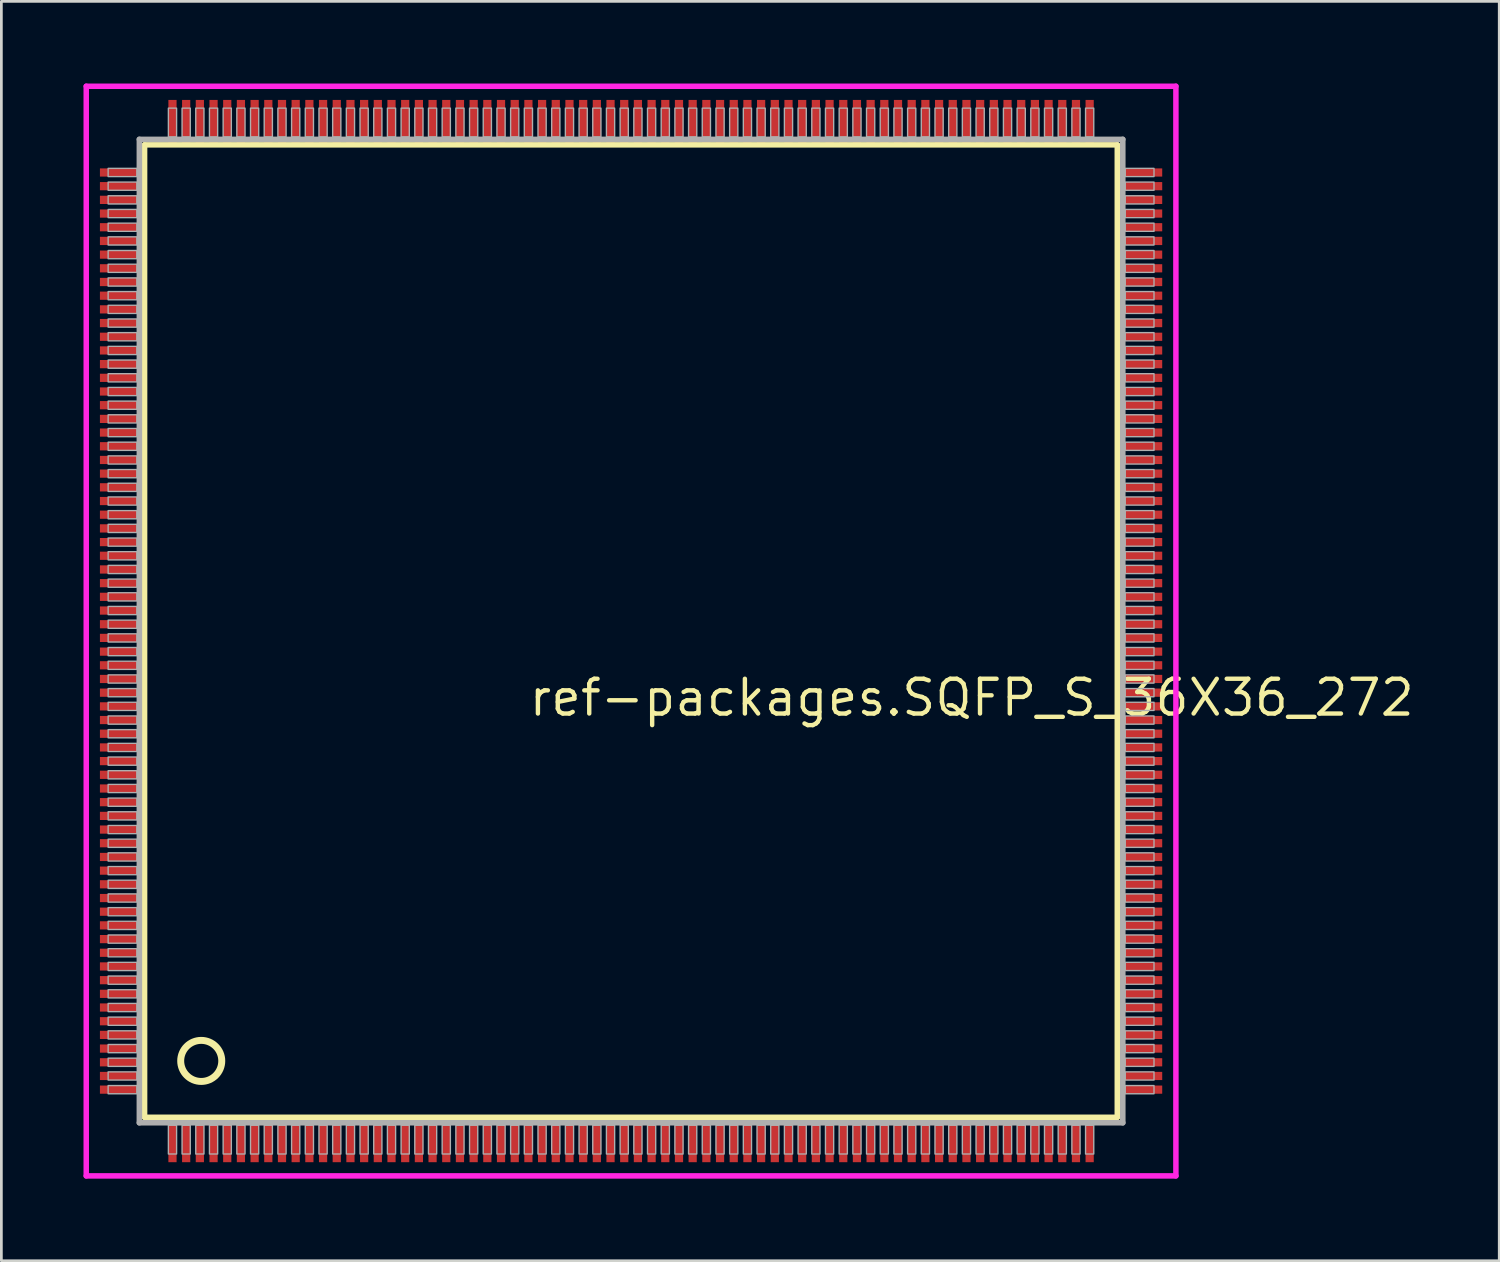
<source format=kicad_pcb>
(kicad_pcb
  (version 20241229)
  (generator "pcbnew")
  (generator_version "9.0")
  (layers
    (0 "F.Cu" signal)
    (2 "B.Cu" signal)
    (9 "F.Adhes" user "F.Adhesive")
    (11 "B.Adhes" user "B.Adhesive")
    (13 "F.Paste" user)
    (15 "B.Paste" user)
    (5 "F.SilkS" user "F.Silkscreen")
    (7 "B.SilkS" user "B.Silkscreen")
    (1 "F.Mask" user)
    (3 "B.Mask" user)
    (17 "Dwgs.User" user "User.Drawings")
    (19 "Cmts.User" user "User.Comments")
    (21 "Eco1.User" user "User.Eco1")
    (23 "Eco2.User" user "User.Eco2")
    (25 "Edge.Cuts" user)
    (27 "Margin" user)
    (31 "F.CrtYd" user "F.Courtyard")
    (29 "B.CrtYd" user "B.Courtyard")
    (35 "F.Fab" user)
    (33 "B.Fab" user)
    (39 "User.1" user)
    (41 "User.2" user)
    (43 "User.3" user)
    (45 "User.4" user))
  (footprint "ref-packages.SQFP_S_36X36_272"
    (layer "F.Cu")
    (at 20 20)
    (property "Reference" "ref-packages.SQFP_S_36X36_272" (at -3.81 3.175 0) (layer "F.SilkS") (effects (font (size 1.27 1.27) (thickness 0.16)) (justify left bottom)))
    (attr smd)
    (fp_line (start -17.77 -17.76) (end 17.76 -17.76) (stroke (width 0.203) (type default)) (layer "F.SilkS"))
    (fp_line (start -17.77 17.76) (end -17.77 -17.76) (stroke (width 0.203) (type default)) (layer "F.SilkS"))
    (fp_line (start 17.76 -17.76) (end 17.76 17.76) (stroke (width 0.203) (type default)) (layer "F.SilkS"))
    (fp_line (start 17.76 17.76) (end -17.77 17.76) (stroke (width 0.203) (type default)) (layer "F.SilkS"))
    (fp_circle (center -15.7 15.7) (end -14.95 15.7) (stroke (width 0.254) (type default)) (fill no) (layer "F.SilkS"))
    (fp_line (start -19.9 -19.9) (end 19.9 -19.9) (stroke (width 0.2) (type default)) (layer "F.CrtYd"))
    (fp_line (start -19.9 19.9) (end -19.9 -19.9) (stroke (width 0.2) (type default)) (layer "F.CrtYd"))
    (fp_line (start 19.9 -19.9) (end 19.9 19.9) (stroke (width 0.2) (type default)) (layer "F.CrtYd"))
    (fp_line (start 19.9 19.9) (end -19.9 19.9) (stroke (width 0.2) (type default)) (layer "F.CrtYd"))
    (fp_line (start -17.96 -17.96) (end -17.96 17.96) (stroke (width 0.203) (type default)) (layer "F.Fab"))
    (fp_line (start -17.96 17.96) (end 17.96 17.96) (stroke (width 0.203) (type default)) (layer "F.Fab"))
    (fp_line (start 17.96 -17.96) (end -17.96 -17.96) (stroke (width 0.203) (type default)) (layer "F.Fab"))
    (fp_line (start 17.96 17.96) (end 17.96 -17.96) (stroke (width 0.203) (type default)) (layer "F.Fab"))
    (fp_rect (start -19.1 -16.6) (end -18.05 -16.9) (stroke (width 0.05) (type default)) (fill no) (layer "F.Fab"))
    (fp_rect (start -19.1 -16.1) (end -18.05 -16.4) (stroke (width 0.05) (type default)) (fill no) (layer "F.Fab"))
    (fp_rect (start -19.1 -15.6) (end -18.05 -15.9) (stroke (width 0.05) (type default)) (fill no) (layer "F.Fab"))
    (fp_rect (start -19.1 -15.1) (end -18.05 -15.4) (stroke (width 0.05) (type default)) (fill no) (layer "F.Fab"))
    (fp_rect (start -19.1 -14.6) (end -18.05 -14.9) (stroke (width 0.05) (type default)) (fill no) (layer "F.Fab"))
    (fp_rect (start -19.1 -14.1) (end -18.05 -14.4) (stroke (width 0.05) (type default)) (fill no) (layer "F.Fab"))
    (fp_rect (start -19.1 -13.6) (end -18.05 -13.9) (stroke (width 0.05) (type default)) (fill no) (layer "F.Fab"))
    (fp_rect (start -19.1 -13.1) (end -18.05 -13.4) (stroke (width 0.05) (type default)) (fill no) (layer "F.Fab"))
    (fp_rect (start -19.1 -12.6) (end -18.05 -12.9) (stroke (width 0.05) (type default)) (fill no) (layer "F.Fab"))
    (fp_rect (start -19.1 -12.1) (end -18.05 -12.4) (stroke (width 0.05) (type default)) (fill no) (layer "F.Fab"))
    (fp_rect (start -19.1 -11.6) (end -18.05 -11.9) (stroke (width 0.05) (type default)) (fill no) (layer "F.Fab"))
    (fp_rect (start -19.1 -11.1) (end -18.05 -11.4) (stroke (width 0.05) (type default)) (fill no) (layer "F.Fab"))
    (fp_rect (start -19.1 -10.6) (end -18.05 -10.9) (stroke (width 0.05) (type default)) (fill no) (layer "F.Fab"))
    (fp_rect (start -19.1 -10.1) (end -18.05 -10.4) (stroke (width 0.05) (type default)) (fill no) (layer "F.Fab"))
    (fp_rect (start -19.1 -9.6) (end -18.05 -9.9) (stroke (width 0.05) (type default)) (fill no) (layer "F.Fab"))
    (fp_rect (start -19.1 -9.1) (end -18.05 -9.4) (stroke (width 0.05) (type default)) (fill no) (layer "F.Fab"))
    (fp_rect (start -19.1 -8.6) (end -18.05 -8.9) (stroke (width 0.05) (type default)) (fill no) (layer "F.Fab"))
    (fp_rect (start -19.1 -8.1) (end -18.05 -8.4) (stroke (width 0.05) (type default)) (fill no) (layer "F.Fab"))
    (fp_rect (start -19.1 -7.6) (end -18.05 -7.9) (stroke (width 0.05) (type default)) (fill no) (layer "F.Fab"))
    (fp_rect (start -19.1 -7.1) (end -18.05 -7.4) (stroke (width 0.05) (type default)) (fill no) (layer "F.Fab"))
    (fp_rect (start -19.1 -6.6) (end -18.05 -6.9) (stroke (width 0.05) (type default)) (fill no) (layer "F.Fab"))
    (fp_rect (start -19.1 -6.1) (end -18.05 -6.4) (stroke (width 0.05) (type default)) (fill no) (layer "F.Fab"))
    (fp_rect (start -19.1 -5.6) (end -18.05 -5.9) (stroke (width 0.05) (type default)) (fill no) (layer "F.Fab"))
    (fp_rect (start -19.1 -5.1) (end -18.05 -5.4) (stroke (width 0.05) (type default)) (fill no) (layer "F.Fab"))
    (fp_rect (start -19.1 -4.6) (end -18.05 -4.9) (stroke (width 0.05) (type default)) (fill no) (layer "F.Fab"))
    (fp_rect (start -19.1 -4.1) (end -18.05 -4.4) (stroke (width 0.05) (type default)) (fill no) (layer "F.Fab"))
    (fp_rect (start -19.1 -3.6) (end -18.05 -3.9) (stroke (width 0.05) (type default)) (fill no) (layer "F.Fab"))
    (fp_rect (start -19.1 -3.1) (end -18.05 -3.4) (stroke (width 0.05) (type default)) (fill no) (layer "F.Fab"))
    (fp_rect (start -19.1 -2.6) (end -18.05 -2.9) (stroke (width 0.05) (type default)) (fill no) (layer "F.Fab"))
    (fp_rect (start -19.1 -2.1) (end -18.05 -2.4) (stroke (width 0.05) (type default)) (fill no) (layer "F.Fab"))
    (fp_rect (start -19.1 -1.6) (end -18.05 -1.9) (stroke (width 0.05) (type default)) (fill no) (layer "F.Fab"))
    (fp_rect (start -19.1 -1.1) (end -18.05 -1.4) (stroke (width 0.05) (type default)) (fill no) (layer "F.Fab"))
    (fp_rect (start -19.1 -0.6) (end -18.05 -0.9) (stroke (width 0.05) (type default)) (fill no) (layer "F.Fab"))
    (fp_rect (start -19.1 -0.1) (end -18.05 -0.4) (stroke (width 0.05) (type default)) (fill no) (layer "F.Fab"))
    (fp_rect (start -19.1 0.4) (end -18.05 0.1) (stroke (width 0.05) (type default)) (fill no) (layer "F.Fab"))
    (fp_rect (start -19.1 0.9) (end -18.05 0.6) (stroke (width 0.05) (type default)) (fill no) (layer "F.Fab"))
    (fp_rect (start -19.1 1.4) (end -18.05 1.1) (stroke (width 0.05) (type default)) (fill no) (layer "F.Fab"))
    (fp_rect (start -19.1 1.9) (end -18.05 1.6) (stroke (width 0.05) (type default)) (fill no) (layer "F.Fab"))
    (fp_rect (start -19.1 2.4) (end -18.05 2.1) (stroke (width 0.05) (type default)) (fill no) (layer "F.Fab"))
    (fp_rect (start -19.1 2.9) (end -18.05 2.6) (stroke (width 0.05) (type default)) (fill no) (layer "F.Fab"))
    (fp_rect (start -19.1 3.4) (end -18.05 3.1) (stroke (width 0.05) (type default)) (fill no) (layer "F.Fab"))
    (fp_rect (start -19.1 3.9) (end -18.05 3.6) (stroke (width 0.05) (type default)) (fill no) (layer "F.Fab"))
    (fp_rect (start -19.1 4.4) (end -18.05 4.1) (stroke (width 0.05) (type default)) (fill no) (layer "F.Fab"))
    (fp_rect (start -19.1 4.9) (end -18.05 4.6) (stroke (width 0.05) (type default)) (fill no) (layer "F.Fab"))
    (fp_rect (start -19.1 5.4) (end -18.05 5.1) (stroke (width 0.05) (type default)) (fill no) (layer "F.Fab"))
    (fp_rect (start -19.1 5.9) (end -18.05 5.6) (stroke (width 0.05) (type default)) (fill no) (layer "F.Fab"))
    (fp_rect (start -19.1 6.4) (end -18.05 6.1) (stroke (width 0.05) (type default)) (fill no) (layer "F.Fab"))
    (fp_rect (start -19.1 6.9) (end -18.05 6.6) (stroke (width 0.05) (type default)) (fill no) (layer "F.Fab"))
    (fp_rect (start -19.1 7.4) (end -18.05 7.1) (stroke (width 0.05) (type default)) (fill no) (layer "F.Fab"))
    (fp_rect (start -19.1 7.9) (end -18.05 7.6) (stroke (width 0.05) (type default)) (fill no) (layer "F.Fab"))
    (fp_rect (start -19.1 8.4) (end -18.05 8.1) (stroke (width 0.05) (type default)) (fill no) (layer "F.Fab"))
    (fp_rect (start -19.1 8.9) (end -18.05 8.6) (stroke (width 0.05) (type default)) (fill no) (layer "F.Fab"))
    (fp_rect (start -19.1 9.4) (end -18.05 9.1) (stroke (width 0.05) (type default)) (fill no) (layer "F.Fab"))
    (fp_rect (start -19.1 9.9) (end -18.05 9.6) (stroke (width 0.05) (type default)) (fill no) (layer "F.Fab"))
    (fp_rect (start -19.1 10.4) (end -18.05 10.1) (stroke (width 0.05) (type default)) (fill no) (layer "F.Fab"))
    (fp_rect (start -19.1 10.9) (end -18.05 10.6) (stroke (width 0.05) (type default)) (fill no) (layer "F.Fab"))
    (fp_rect (start -19.1 11.4) (end -18.05 11.1) (stroke (width 0.05) (type default)) (fill no) (layer "F.Fab"))
    (fp_rect (start -19.1 11.9) (end -18.05 11.6) (stroke (width 0.05) (type default)) (fill no) (layer "F.Fab"))
    (fp_rect (start -19.1 12.4) (end -18.05 12.1) (stroke (width 0.05) (type default)) (fill no) (layer "F.Fab"))
    (fp_rect (start -19.1 12.9) (end -18.05 12.6) (stroke (width 0.05) (type default)) (fill no) (layer "F.Fab"))
    (fp_rect (start -19.1 13.4) (end -18.05 13.1) (stroke (width 0.05) (type default)) (fill no) (layer "F.Fab"))
    (fp_rect (start -19.1 13.9) (end -18.05 13.6) (stroke (width 0.05) (type default)) (fill no) (layer "F.Fab"))
    (fp_rect (start -19.1 14.4) (end -18.05 14.1) (stroke (width 0.05) (type default)) (fill no) (layer "F.Fab"))
    (fp_rect (start -19.1 14.9) (end -18.05 14.6) (stroke (width 0.05) (type default)) (fill no) (layer "F.Fab"))
    (fp_rect (start -19.1 15.4) (end -18.05 15.1) (stroke (width 0.05) (type default)) (fill no) (layer "F.Fab"))
    (fp_rect (start -19.1 15.9) (end -18.05 15.6) (stroke (width 0.05) (type default)) (fill no) (layer "F.Fab"))
    (fp_rect (start -19.1 16.4) (end -18.05 16.1) (stroke (width 0.05) (type default)) (fill no) (layer "F.Fab"))
    (fp_rect (start -19.1 16.9) (end -18.05 16.6) (stroke (width 0.05) (type default)) (fill no) (layer "F.Fab"))
    (fp_rect (start -16.9 -18.05) (end -16.6 -19.1) (stroke (width 0.05) (type default)) (fill no) (layer "F.Fab"))
    (fp_rect (start -16.9 19.1) (end -16.6 18.05) (stroke (width 0.05) (type default)) (fill no) (layer "F.Fab"))
    (fp_rect (start -16.4 -18.05) (end -16.1 -19.1) (stroke (width 0.05) (type default)) (fill no) (layer "F.Fab"))
    (fp_rect (start -16.4 19.1) (end -16.1 18.05) (stroke (width 0.05) (type default)) (fill no) (layer "F.Fab"))
    (fp_rect (start -15.9 -18.05) (end -15.6 -19.1) (stroke (width 0.05) (type default)) (fill no) (layer "F.Fab"))
    (fp_rect (start -15.9 19.1) (end -15.6 18.05) (stroke (width 0.05) (type default)) (fill no) (layer "F.Fab"))
    (fp_rect (start -15.4 -18.05) (end -15.1 -19.1) (stroke (width 0.05) (type default)) (fill no) (layer "F.Fab"))
    (fp_rect (start -15.4 19.1) (end -15.1 18.05) (stroke (width 0.05) (type default)) (fill no) (layer "F.Fab"))
    (fp_rect (start -14.9 -18.05) (end -14.6 -19.1) (stroke (width 0.05) (type default)) (fill no) (layer "F.Fab"))
    (fp_rect (start -14.9 19.1) (end -14.6 18.05) (stroke (width 0.05) (type default)) (fill no) (layer "F.Fab"))
    (fp_rect (start -14.4 -18.05) (end -14.1 -19.1) (stroke (width 0.05) (type default)) (fill no) (layer "F.Fab"))
    (fp_rect (start -14.4 19.1) (end -14.1 18.05) (stroke (width 0.05) (type default)) (fill no) (layer "F.Fab"))
    (fp_rect (start -13.9 -18.05) (end -13.6 -19.1) (stroke (width 0.05) (type default)) (fill no) (layer "F.Fab"))
    (fp_rect (start -13.9 19.1) (end -13.6 18.05) (stroke (width 0.05) (type default)) (fill no) (layer "F.Fab"))
    (fp_rect (start -13.4 -18.05) (end -13.1 -19.1) (stroke (width 0.05) (type default)) (fill no) (layer "F.Fab"))
    (fp_rect (start -13.4 19.1) (end -13.1 18.05) (stroke (width 0.05) (type default)) (fill no) (layer "F.Fab"))
    (fp_rect (start -12.9 -18.05) (end -12.6 -19.1) (stroke (width 0.05) (type default)) (fill no) (layer "F.Fab"))
    (fp_rect (start -12.9 19.1) (end -12.6 18.05) (stroke (width 0.05) (type default)) (fill no) (layer "F.Fab"))
    (fp_rect (start -12.4 -18.05) (end -12.1 -19.1) (stroke (width 0.05) (type default)) (fill no) (layer "F.Fab"))
    (fp_rect (start -12.4 19.1) (end -12.1 18.05) (stroke (width 0.05) (type default)) (fill no) (layer "F.Fab"))
    (fp_rect (start -11.9 -18.05) (end -11.6 -19.1) (stroke (width 0.05) (type default)) (fill no) (layer "F.Fab"))
    (fp_rect (start -11.9 19.1) (end -11.6 18.05) (stroke (width 0.05) (type default)) (fill no) (layer "F.Fab"))
    (fp_rect (start -11.4 -18.05) (end -11.1 -19.1) (stroke (width 0.05) (type default)) (fill no) (layer "F.Fab"))
    (fp_rect (start -11.4 19.1) (end -11.1 18.05) (stroke (width 0.05) (type default)) (fill no) (layer "F.Fab"))
    (fp_rect (start -10.9 -18.05) (end -10.6 -19.1) (stroke (width 0.05) (type default)) (fill no) (layer "F.Fab"))
    (fp_rect (start -10.9 19.1) (end -10.6 18.05) (stroke (width 0.05) (type default)) (fill no) (layer "F.Fab"))
    (fp_rect (start -10.4 -18.05) (end -10.1 -19.1) (stroke (width 0.05) (type default)) (fill no) (layer "F.Fab"))
    (fp_rect (start -10.4 19.1) (end -10.1 18.05) (stroke (width 0.05) (type default)) (fill no) (layer "F.Fab"))
    (fp_rect (start -9.9 -18.05) (end -9.6 -19.1) (stroke (width 0.05) (type default)) (fill no) (layer "F.Fab"))
    (fp_rect (start -9.9 19.1) (end -9.6 18.05) (stroke (width 0.05) (type default)) (fill no) (layer "F.Fab"))
    (fp_rect (start -9.4 -18.05) (end -9.1 -19.1) (stroke (width 0.05) (type default)) (fill no) (layer "F.Fab"))
    (fp_rect (start -9.4 19.1) (end -9.1 18.05) (stroke (width 0.05) (type default)) (fill no) (layer "F.Fab"))
    (fp_rect (start -8.9 -18.05) (end -8.6 -19.1) (stroke (width 0.05) (type default)) (fill no) (layer "F.Fab"))
    (fp_rect (start -8.9 19.1) (end -8.6 18.05) (stroke (width 0.05) (type default)) (fill no) (layer "F.Fab"))
    (fp_rect (start -8.4 -18.05) (end -8.1 -19.1) (stroke (width 0.05) (type default)) (fill no) (layer "F.Fab"))
    (fp_rect (start -8.4 19.1) (end -8.1 18.05) (stroke (width 0.05) (type default)) (fill no) (layer "F.Fab"))
    (fp_rect (start -7.9 -18.05) (end -7.6 -19.1) (stroke (width 0.05) (type default)) (fill no) (layer "F.Fab"))
    (fp_rect (start -7.9 19.1) (end -7.6 18.05) (stroke (width 0.05) (type default)) (fill no) (layer "F.Fab"))
    (fp_rect (start -7.4 -18.05) (end -7.1 -19.1) (stroke (width 0.05) (type default)) (fill no) (layer "F.Fab"))
    (fp_rect (start -7.4 19.1) (end -7.1 18.05) (stroke (width 0.05) (type default)) (fill no) (layer "F.Fab"))
    (fp_rect (start -6.9 -18.05) (end -6.6 -19.1) (stroke (width 0.05) (type default)) (fill no) (layer "F.Fab"))
    (fp_rect (start -6.9 19.1) (end -6.6 18.05) (stroke (width 0.05) (type default)) (fill no) (layer "F.Fab"))
    (fp_rect (start -6.4 -18.05) (end -6.1 -19.1) (stroke (width 0.05) (type default)) (fill no) (layer "F.Fab"))
    (fp_rect (start -6.4 19.1) (end -6.1 18.05) (stroke (width 0.05) (type default)) (fill no) (layer "F.Fab"))
    (fp_rect (start -5.9 -18.05) (end -5.6 -19.1) (stroke (width 0.05) (type default)) (fill no) (layer "F.Fab"))
    (fp_rect (start -5.9 19.1) (end -5.6 18.05) (stroke (width 0.05) (type default)) (fill no) (layer "F.Fab"))
    (fp_rect (start -5.4 -18.05) (end -5.1 -19.1) (stroke (width 0.05) (type default)) (fill no) (layer "F.Fab"))
    (fp_rect (start -5.4 19.1) (end -5.1 18.05) (stroke (width 0.05) (type default)) (fill no) (layer "F.Fab"))
    (fp_rect (start -4.9 -18.05) (end -4.6 -19.1) (stroke (width 0.05) (type default)) (fill no) (layer "F.Fab"))
    (fp_rect (start -4.9 19.1) (end -4.6 18.05) (stroke (width 0.05) (type default)) (fill no) (layer "F.Fab"))
    (fp_rect (start -4.4 -18.05) (end -4.1 -19.1) (stroke (width 0.05) (type default)) (fill no) (layer "F.Fab"))
    (fp_rect (start -4.4 19.1) (end -4.1 18.05) (stroke (width 0.05) (type default)) (fill no) (layer "F.Fab"))
    (fp_rect (start -3.9 -18.05) (end -3.6 -19.1) (stroke (width 0.05) (type default)) (fill no) (layer "F.Fab"))
    (fp_rect (start -3.9 19.1) (end -3.6 18.05) (stroke (width 0.05) (type default)) (fill no) (layer "F.Fab"))
    (fp_rect (start -3.4 -18.05) (end -3.1 -19.1) (stroke (width 0.05) (type default)) (fill no) (layer "F.Fab"))
    (fp_rect (start -3.4 19.1) (end -3.1 18.05) (stroke (width 0.05) (type default)) (fill no) (layer "F.Fab"))
    (fp_rect (start -2.9 -18.05) (end -2.6 -19.1) (stroke (width 0.05) (type default)) (fill no) (layer "F.Fab"))
    (fp_rect (start -2.9 19.1) (end -2.6 18.05) (stroke (width 0.05) (type default)) (fill no) (layer "F.Fab"))
    (fp_rect (start -2.4 -18.05) (end -2.1 -19.1) (stroke (width 0.05) (type default)) (fill no) (layer "F.Fab"))
    (fp_rect (start -2.4 19.1) (end -2.1 18.05) (stroke (width 0.05) (type default)) (fill no) (layer "F.Fab"))
    (fp_rect (start -1.9 -18.05) (end -1.6 -19.1) (stroke (width 0.05) (type default)) (fill no) (layer "F.Fab"))
    (fp_rect (start -1.9 19.1) (end -1.6 18.05) (stroke (width 0.05) (type default)) (fill no) (layer "F.Fab"))
    (fp_rect (start -1.4 -18.05) (end -1.1 -19.1) (stroke (width 0.05) (type default)) (fill no) (layer "F.Fab"))
    (fp_rect (start -1.4 19.1) (end -1.1 18.05) (stroke (width 0.05) (type default)) (fill no) (layer "F.Fab"))
    (fp_rect (start -0.9 -18.05) (end -0.6 -19.1) (stroke (width 0.05) (type default)) (fill no) (layer "F.Fab"))
    (fp_rect (start -0.9 19.1) (end -0.6 18.05) (stroke (width 0.05) (type default)) (fill no) (layer "F.Fab"))
    (fp_rect (start -0.4 -18.05) (end -0.1 -19.1) (stroke (width 0.05) (type default)) (fill no) (layer "F.Fab"))
    (fp_rect (start -0.4 19.1) (end -0.1 18.05) (stroke (width 0.05) (type default)) (fill no) (layer "F.Fab"))
    (fp_rect (start 0.1 -18.05) (end 0.4 -19.1) (stroke (width 0.05) (type default)) (fill no) (layer "F.Fab"))
    (fp_rect (start 0.1 19.1) (end 0.4 18.05) (stroke (width 0.05) (type default)) (fill no) (layer "F.Fab"))
    (fp_rect (start 0.6 -18.05) (end 0.9 -19.1) (stroke (width 0.05) (type default)) (fill no) (layer "F.Fab"))
    (fp_rect (start 0.6 19.1) (end 0.9 18.05) (stroke (width 0.05) (type default)) (fill no) (layer "F.Fab"))
    (fp_rect (start 1.1 -18.05) (end 1.4 -19.1) (stroke (width 0.05) (type default)) (fill no) (layer "F.Fab"))
    (fp_rect (start 1.1 19.1) (end 1.4 18.05) (stroke (width 0.05) (type default)) (fill no) (layer "F.Fab"))
    (fp_rect (start 1.6 -18.05) (end 1.9 -19.1) (stroke (width 0.05) (type default)) (fill no) (layer "F.Fab"))
    (fp_rect (start 1.6 19.1) (end 1.9 18.05) (stroke (width 0.05) (type default)) (fill no) (layer "F.Fab"))
    (fp_rect (start 2.1 -18.05) (end 2.4 -19.1) (stroke (width 0.05) (type default)) (fill no) (layer "F.Fab"))
    (fp_rect (start 2.1 19.1) (end 2.4 18.05) (stroke (width 0.05) (type default)) (fill no) (layer "F.Fab"))
    (fp_rect (start 2.6 -18.05) (end 2.9 -19.1) (stroke (width 0.05) (type default)) (fill no) (layer "F.Fab"))
    (fp_rect (start 2.6 19.1) (end 2.9 18.05) (stroke (width 0.05) (type default)) (fill no) (layer "F.Fab"))
    (fp_rect (start 3.1 -18.05) (end 3.4 -19.1) (stroke (width 0.05) (type default)) (fill no) (layer "F.Fab"))
    (fp_rect (start 3.1 19.1) (end 3.4 18.05) (stroke (width 0.05) (type default)) (fill no) (layer "F.Fab"))
    (fp_rect (start 3.6 -18.05) (end 3.9 -19.1) (stroke (width 0.05) (type default)) (fill no) (layer "F.Fab"))
    (fp_rect (start 3.6 19.1) (end 3.9 18.05) (stroke (width 0.05) (type default)) (fill no) (layer "F.Fab"))
    (fp_rect (start 4.1 -18.05) (end 4.4 -19.1) (stroke (width 0.05) (type default)) (fill no) (layer "F.Fab"))
    (fp_rect (start 4.1 19.1) (end 4.4 18.05) (stroke (width 0.05) (type default)) (fill no) (layer "F.Fab"))
    (fp_rect (start 4.6 -18.05) (end 4.9 -19.1) (stroke (width 0.05) (type default)) (fill no) (layer "F.Fab"))
    (fp_rect (start 4.6 19.1) (end 4.9 18.05) (stroke (width 0.05) (type default)) (fill no) (layer "F.Fab"))
    (fp_rect (start 5.1 -18.05) (end 5.4 -19.1) (stroke (width 0.05) (type default)) (fill no) (layer "F.Fab"))
    (fp_rect (start 5.1 19.1) (end 5.4 18.05) (stroke (width 0.05) (type default)) (fill no) (layer "F.Fab"))
    (fp_rect (start 5.6 -18.05) (end 5.9 -19.1) (stroke (width 0.05) (type default)) (fill no) (layer "F.Fab"))
    (fp_rect (start 5.6 19.1) (end 5.9 18.05) (stroke (width 0.05) (type default)) (fill no) (layer "F.Fab"))
    (fp_rect (start 6.1 -18.05) (end 6.4 -19.1) (stroke (width 0.05) (type default)) (fill no) (layer "F.Fab"))
    (fp_rect (start 6.1 19.1) (end 6.4 18.05) (stroke (width 0.05) (type default)) (fill no) (layer "F.Fab"))
    (fp_rect (start 6.6 -18.05) (end 6.9 -19.1) (stroke (width 0.05) (type default)) (fill no) (layer "F.Fab"))
    (fp_rect (start 6.6 19.1) (end 6.9 18.05) (stroke (width 0.05) (type default)) (fill no) (layer "F.Fab"))
    (fp_rect (start 7.1 -18.05) (end 7.4 -19.1) (stroke (width 0.05) (type default)) (fill no) (layer "F.Fab"))
    (fp_rect (start 7.1 19.1) (end 7.4 18.05) (stroke (width 0.05) (type default)) (fill no) (layer "F.Fab"))
    (fp_rect (start 7.6 -18.05) (end 7.9 -19.1) (stroke (width 0.05) (type default)) (fill no) (layer "F.Fab"))
    (fp_rect (start 7.6 19.1) (end 7.9 18.05) (stroke (width 0.05) (type default)) (fill no) (layer "F.Fab"))
    (fp_rect (start 8.1 -18.05) (end 8.4 -19.1) (stroke (width 0.05) (type default)) (fill no) (layer "F.Fab"))
    (fp_rect (start 8.1 19.1) (end 8.4 18.05) (stroke (width 0.05) (type default)) (fill no) (layer "F.Fab"))
    (fp_rect (start 8.6 -18.05) (end 8.9 -19.1) (stroke (width 0.05) (type default)) (fill no) (layer "F.Fab"))
    (fp_rect (start 8.6 19.1) (end 8.9 18.05) (stroke (width 0.05) (type default)) (fill no) (layer "F.Fab"))
    (fp_rect (start 9.1 -18.05) (end 9.4 -19.1) (stroke (width 0.05) (type default)) (fill no) (layer "F.Fab"))
    (fp_rect (start 9.1 19.1) (end 9.4 18.05) (stroke (width 0.05) (type default)) (fill no) (layer "F.Fab"))
    (fp_rect (start 9.6 -18.05) (end 9.9 -19.1) (stroke (width 0.05) (type default)) (fill no) (layer "F.Fab"))
    (fp_rect (start 9.6 19.1) (end 9.9 18.05) (stroke (width 0.05) (type default)) (fill no) (layer "F.Fab"))
    (fp_rect (start 10.1 -18.05) (end 10.4 -19.1) (stroke (width 0.05) (type default)) (fill no) (layer "F.Fab"))
    (fp_rect (start 10.1 19.1) (end 10.4 18.05) (stroke (width 0.05) (type default)) (fill no) (layer "F.Fab"))
    (fp_rect (start 10.6 -18.05) (end 10.9 -19.1) (stroke (width 0.05) (type default)) (fill no) (layer "F.Fab"))
    (fp_rect (start 10.6 19.1) (end 10.9 18.05) (stroke (width 0.05) (type default)) (fill no) (layer "F.Fab"))
    (fp_rect (start 11.1 -18.05) (end 11.4 -19.1) (stroke (width 0.05) (type default)) (fill no) (layer "F.Fab"))
    (fp_rect (start 11.1 19.1) (end 11.4 18.05) (stroke (width 0.05) (type default)) (fill no) (layer "F.Fab"))
    (fp_rect (start 11.6 -18.05) (end 11.9 -19.1) (stroke (width 0.05) (type default)) (fill no) (layer "F.Fab"))
    (fp_rect (start 11.6 19.1) (end 11.9 18.05) (stroke (width 0.05) (type default)) (fill no) (layer "F.Fab"))
    (fp_rect (start 12.1 -18.05) (end 12.4 -19.1) (stroke (width 0.05) (type default)) (fill no) (layer "F.Fab"))
    (fp_rect (start 12.1 19.1) (end 12.4 18.05) (stroke (width 0.05) (type default)) (fill no) (layer "F.Fab"))
    (fp_rect (start 12.6 -18.05) (end 12.9 -19.1) (stroke (width 0.05) (type default)) (fill no) (layer "F.Fab"))
    (fp_rect (start 12.6 19.1) (end 12.9 18.05) (stroke (width 0.05) (type default)) (fill no) (layer "F.Fab"))
    (fp_rect (start 13.1 -18.05) (end 13.4 -19.1) (stroke (width 0.05) (type default)) (fill no) (layer "F.Fab"))
    (fp_rect (start 13.1 19.1) (end 13.4 18.05) (stroke (width 0.05) (type default)) (fill no) (layer "F.Fab"))
    (fp_rect (start 13.6 -18.05) (end 13.9 -19.1) (stroke (width 0.05) (type default)) (fill no) (layer "F.Fab"))
    (fp_rect (start 13.6 19.1) (end 13.9 18.05) (stroke (width 0.05) (type default)) (fill no) (layer "F.Fab"))
    (fp_rect (start 14.1 -18.05) (end 14.4 -19.1) (stroke (width 0.05) (type default)) (fill no) (layer "F.Fab"))
    (fp_rect (start 14.1 19.1) (end 14.4 18.05) (stroke (width 0.05) (type default)) (fill no) (layer "F.Fab"))
    (fp_rect (start 14.6 -18.05) (end 14.9 -19.1) (stroke (width 0.05) (type default)) (fill no) (layer "F.Fab"))
    (fp_rect (start 14.6 19.1) (end 14.9 18.05) (stroke (width 0.05) (type default)) (fill no) (layer "F.Fab"))
    (fp_rect (start 15.1 -18.05) (end 15.4 -19.1) (stroke (width 0.05) (type default)) (fill no) (layer "F.Fab"))
    (fp_rect (start 15.1 19.1) (end 15.4 18.05) (stroke (width 0.05) (type default)) (fill no) (layer "F.Fab"))
    (fp_rect (start 15.6 -18.05) (end 15.9 -19.1) (stroke (width 0.05) (type default)) (fill no) (layer "F.Fab"))
    (fp_rect (start 15.6 19.1) (end 15.9 18.05) (stroke (width 0.05) (type default)) (fill no) (layer "F.Fab"))
    (fp_rect (start 16.1 -18.05) (end 16.4 -19.1) (stroke (width 0.05) (type default)) (fill no) (layer "F.Fab"))
    (fp_rect (start 16.1 19.1) (end 16.4 18.05) (stroke (width 0.05) (type default)) (fill no) (layer "F.Fab"))
    (fp_rect (start 16.6 -18.05) (end 16.9 -19.1) (stroke (width 0.05) (type default)) (fill no) (layer "F.Fab"))
    (fp_rect (start 16.6 19.1) (end 16.9 18.05) (stroke (width 0.05) (type default)) (fill no) (layer "F.Fab"))
    (fp_rect (start 18.05 -16.6) (end 19.1 -16.9) (stroke (width 0.05) (type default)) (fill no) (layer "F.Fab"))
    (fp_rect (start 18.05 -16.1) (end 19.1 -16.4) (stroke (width 0.05) (type default)) (fill no) (layer "F.Fab"))
    (fp_rect (start 18.05 -15.6) (end 19.1 -15.9) (stroke (width 0.05) (type default)) (fill no) (layer "F.Fab"))
    (fp_rect (start 18.05 -15.1) (end 19.1 -15.4) (stroke (width 0.05) (type default)) (fill no) (layer "F.Fab"))
    (fp_rect (start 18.05 -14.6) (end 19.1 -14.9) (stroke (width 0.05) (type default)) (fill no) (layer "F.Fab"))
    (fp_rect (start 18.05 -14.1) (end 19.1 -14.4) (stroke (width 0.05) (type default)) (fill no) (layer "F.Fab"))
    (fp_rect (start 18.05 -13.6) (end 19.1 -13.9) (stroke (width 0.05) (type default)) (fill no) (layer "F.Fab"))
    (fp_rect (start 18.05 -13.1) (end 19.1 -13.4) (stroke (width 0.05) (type default)) (fill no) (layer "F.Fab"))
    (fp_rect (start 18.05 -12.6) (end 19.1 -12.9) (stroke (width 0.05) (type default)) (fill no) (layer "F.Fab"))
    (fp_rect (start 18.05 -12.1) (end 19.1 -12.4) (stroke (width 0.05) (type default)) (fill no) (layer "F.Fab"))
    (fp_rect (start 18.05 -11.6) (end 19.1 -11.9) (stroke (width 0.05) (type default)) (fill no) (layer "F.Fab"))
    (fp_rect (start 18.05 -11.1) (end 19.1 -11.4) (stroke (width 0.05) (type default)) (fill no) (layer "F.Fab"))
    (fp_rect (start 18.05 -10.6) (end 19.1 -10.9) (stroke (width 0.05) (type default)) (fill no) (layer "F.Fab"))
    (fp_rect (start 18.05 -10.1) (end 19.1 -10.4) (stroke (width 0.05) (type default)) (fill no) (layer "F.Fab"))
    (fp_rect (start 18.05 -9.6) (end 19.1 -9.9) (stroke (width 0.05) (type default)) (fill no) (layer "F.Fab"))
    (fp_rect (start 18.05 -9.1) (end 19.1 -9.4) (stroke (width 0.05) (type default)) (fill no) (layer "F.Fab"))
    (fp_rect (start 18.05 -8.6) (end 19.1 -8.9) (stroke (width 0.05) (type default)) (fill no) (layer "F.Fab"))
    (fp_rect (start 18.05 -8.1) (end 19.1 -8.4) (stroke (width 0.05) (type default)) (fill no) (layer "F.Fab"))
    (fp_rect (start 18.05 -7.6) (end 19.1 -7.9) (stroke (width 0.05) (type default)) (fill no) (layer "F.Fab"))
    (fp_rect (start 18.05 -7.1) (end 19.1 -7.4) (stroke (width 0.05) (type default)) (fill no) (layer "F.Fab"))
    (fp_rect (start 18.05 -6.6) (end 19.1 -6.9) (stroke (width 0.05) (type default)) (fill no) (layer "F.Fab"))
    (fp_rect (start 18.05 -6.1) (end 19.1 -6.4) (stroke (width 0.05) (type default)) (fill no) (layer "F.Fab"))
    (fp_rect (start 18.05 -5.6) (end 19.1 -5.9) (stroke (width 0.05) (type default)) (fill no) (layer "F.Fab"))
    (fp_rect (start 18.05 -5.1) (end 19.1 -5.4) (stroke (width 0.05) (type default)) (fill no) (layer "F.Fab"))
    (fp_rect (start 18.05 -4.6) (end 19.1 -4.9) (stroke (width 0.05) (type default)) (fill no) (layer "F.Fab"))
    (fp_rect (start 18.05 -4.1) (end 19.1 -4.4) (stroke (width 0.05) (type default)) (fill no) (layer "F.Fab"))
    (fp_rect (start 18.05 -3.6) (end 19.1 -3.9) (stroke (width 0.05) (type default)) (fill no) (layer "F.Fab"))
    (fp_rect (start 18.05 -3.1) (end 19.1 -3.4) (stroke (width 0.05) (type default)) (fill no) (layer "F.Fab"))
    (fp_rect (start 18.05 -2.6) (end 19.1 -2.9) (stroke (width 0.05) (type default)) (fill no) (layer "F.Fab"))
    (fp_rect (start 18.05 -2.1) (end 19.1 -2.4) (stroke (width 0.05) (type default)) (fill no) (layer "F.Fab"))
    (fp_rect (start 18.05 -1.6) (end 19.1 -1.9) (stroke (width 0.05) (type default)) (fill no) (layer "F.Fab"))
    (fp_rect (start 18.05 -1.1) (end 19.1 -1.4) (stroke (width 0.05) (type default)) (fill no) (layer "F.Fab"))
    (fp_rect (start 18.05 -0.6) (end 19.1 -0.9) (stroke (width 0.05) (type default)) (fill no) (layer "F.Fab"))
    (fp_rect (start 18.05 -0.1) (end 19.1 -0.4) (stroke (width 0.05) (type default)) (fill no) (layer "F.Fab"))
    (fp_rect (start 18.05 0.4) (end 19.1 0.1) (stroke (width 0.05) (type default)) (fill no) (layer "F.Fab"))
    (fp_rect (start 18.05 0.9) (end 19.1 0.6) (stroke (width 0.05) (type default)) (fill no) (layer "F.Fab"))
    (fp_rect (start 18.05 1.4) (end 19.1 1.1) (stroke (width 0.05) (type default)) (fill no) (layer "F.Fab"))
    (fp_rect (start 18.05 1.9) (end 19.1 1.6) (stroke (width 0.05) (type default)) (fill no) (layer "F.Fab"))
    (fp_rect (start 18.05 2.4) (end 19.1 2.1) (stroke (width 0.05) (type default)) (fill no) (layer "F.Fab"))
    (fp_rect (start 18.05 2.9) (end 19.1 2.6) (stroke (width 0.05) (type default)) (fill no) (layer "F.Fab"))
    (fp_rect (start 18.05 3.4) (end 19.1 3.1) (stroke (width 0.05) (type default)) (fill no) (layer "F.Fab"))
    (fp_rect (start 18.05 3.9) (end 19.1 3.6) (stroke (width 0.05) (type default)) (fill no) (layer "F.Fab"))
    (fp_rect (start 18.05 4.4) (end 19.1 4.1) (stroke (width 0.05) (type default)) (fill no) (layer "F.Fab"))
    (fp_rect (start 18.05 4.9) (end 19.1 4.6) (stroke (width 0.05) (type default)) (fill no) (layer "F.Fab"))
    (fp_rect (start 18.05 5.4) (end 19.1 5.1) (stroke (width 0.05) (type default)) (fill no) (layer "F.Fab"))
    (fp_rect (start 18.05 5.9) (end 19.1 5.6) (stroke (width 0.05) (type default)) (fill no) (layer "F.Fab"))
    (fp_rect (start 18.05 6.4) (end 19.1 6.1) (stroke (width 0.05) (type default)) (fill no) (layer "F.Fab"))
    (fp_rect (start 18.05 6.9) (end 19.1 6.6) (stroke (width 0.05) (type default)) (fill no) (layer "F.Fab"))
    (fp_rect (start 18.05 7.4) (end 19.1 7.1) (stroke (width 0.05) (type default)) (fill no) (layer "F.Fab"))
    (fp_rect (start 18.05 7.9) (end 19.1 7.6) (stroke (width 0.05) (type default)) (fill no) (layer "F.Fab"))
    (fp_rect (start 18.05 8.4) (end 19.1 8.1) (stroke (width 0.05) (type default)) (fill no) (layer "F.Fab"))
    (fp_rect (start 18.05 8.9) (end 19.1 8.6) (stroke (width 0.05) (type default)) (fill no) (layer "F.Fab"))
    (fp_rect (start 18.05 9.4) (end 19.1 9.1) (stroke (width 0.05) (type default)) (fill no) (layer "F.Fab"))
    (fp_rect (start 18.05 9.9) (end 19.1 9.6) (stroke (width 0.05) (type default)) (fill no) (layer "F.Fab"))
    (fp_rect (start 18.05 10.4) (end 19.1 10.1) (stroke (width 0.05) (type default)) (fill no) (layer "F.Fab"))
    (fp_rect (start 18.05 10.9) (end 19.1 10.6) (stroke (width 0.05) (type default)) (fill no) (layer "F.Fab"))
    (fp_rect (start 18.05 11.4) (end 19.1 11.1) (stroke (width 0.05) (type default)) (fill no) (layer "F.Fab"))
    (fp_rect (start 18.05 11.9) (end 19.1 11.6) (stroke (width 0.05) (type default)) (fill no) (layer "F.Fab"))
    (fp_rect (start 18.05 12.4) (end 19.1 12.1) (stroke (width 0.05) (type default)) (fill no) (layer "F.Fab"))
    (fp_rect (start 18.05 12.9) (end 19.1 12.6) (stroke (width 0.05) (type default)) (fill no) (layer "F.Fab"))
    (fp_rect (start 18.05 13.4) (end 19.1 13.1) (stroke (width 0.05) (type default)) (fill no) (layer "F.Fab"))
    (fp_rect (start 18.05 13.9) (end 19.1 13.6) (stroke (width 0.05) (type default)) (fill no) (layer "F.Fab"))
    (fp_rect (start 18.05 14.4) (end 19.1 14.1) (stroke (width 0.05) (type default)) (fill no) (layer "F.Fab"))
    (fp_rect (start 18.05 14.9) (end 19.1 14.6) (stroke (width 0.05) (type default)) (fill no) (layer "F.Fab"))
    (fp_rect (start 18.05 15.4) (end 19.1 15.1) (stroke (width 0.05) (type default)) (fill no) (layer "F.Fab"))
    (fp_rect (start 18.05 15.9) (end 19.1 15.6) (stroke (width 0.05) (type default)) (fill no) (layer "F.Fab"))
    (fp_rect (start 18.05 16.4) (end 19.1 16.1) (stroke (width 0.05) (type default)) (fill no) (layer "F.Fab"))
    (fp_rect (start 18.05 16.9) (end 19.1 16.6) (stroke (width 0.05) (type default)) (fill no) (layer "F.Fab"))
    (pad "1" smd roundrect (at -16.75 18.6) (size 0.3 1.6) (layers "F.Cu" "F.Mask" "F.Paste") (roundrect_rratio 0.01))
    (pad "2" smd roundrect (at -16.25 18.6) (size 0.3 1.6) (layers "F.Cu" "F.Mask" "F.Paste") (roundrect_rratio 0.01))
    (pad "3" smd roundrect (at -15.75 18.6) (size 0.3 1.6) (layers "F.Cu" "F.Mask" "F.Paste") (roundrect_rratio 0.01))
    (pad "4" smd roundrect (at -15.25 18.6) (size 0.3 1.6) (layers "F.Cu" "F.Mask" "F.Paste") (roundrect_rratio 0.01))
    (pad "5" smd roundrect (at -14.75 18.6) (size 0.3 1.6) (layers "F.Cu" "F.Mask" "F.Paste") (roundrect_rratio 0.01))
    (pad "6" smd roundrect (at -14.25 18.6) (size 0.3 1.6) (layers "F.Cu" "F.Mask" "F.Paste") (roundrect_rratio 0.01))
    (pad "7" smd roundrect (at -13.75 18.6) (size 0.3 1.6) (layers "F.Cu" "F.Mask" "F.Paste") (roundrect_rratio 0.01))
    (pad "8" smd roundrect (at -13.25 18.6) (size 0.3 1.6) (layers "F.Cu" "F.Mask" "F.Paste") (roundrect_rratio 0.01))
    (pad "9" smd roundrect (at -12.75 18.6) (size 0.3 1.6) (layers "F.Cu" "F.Mask" "F.Paste") (roundrect_rratio 0.01))
    (pad "10" smd roundrect (at -12.25 18.6) (size 0.3 1.6) (layers "F.Cu" "F.Mask" "F.Paste") (roundrect_rratio 0.01))
    (pad "11" smd roundrect (at -11.75 18.6) (size 0.3 1.6) (layers "F.Cu" "F.Mask" "F.Paste") (roundrect_rratio 0.01))
    (pad "12" smd roundrect (at -11.25 18.6) (size 0.3 1.6) (layers "F.Cu" "F.Mask" "F.Paste") (roundrect_rratio 0.01))
    (pad "13" smd roundrect (at -10.75 18.6) (size 0.3 1.6) (layers "F.Cu" "F.Mask" "F.Paste") (roundrect_rratio 0.01))
    (pad "14" smd roundrect (at -10.25 18.6) (size 0.3 1.6) (layers "F.Cu" "F.Mask" "F.Paste") (roundrect_rratio 0.01))
    (pad "15" smd roundrect (at -9.75 18.6) (size 0.3 1.6) (layers "F.Cu" "F.Mask" "F.Paste") (roundrect_rratio 0.01))
    (pad "16" smd roundrect (at -9.25 18.6) (size 0.3 1.6) (layers "F.Cu" "F.Mask" "F.Paste") (roundrect_rratio 0.01))
    (pad "17" smd roundrect (at -8.75 18.6) (size 0.3 1.6) (layers "F.Cu" "F.Mask" "F.Paste") (roundrect_rratio 0.01))
    (pad "18" smd roundrect (at -8.25 18.6) (size 0.3 1.6) (layers "F.Cu" "F.Mask" "F.Paste") (roundrect_rratio 0.01))
    (pad "19" smd roundrect (at -7.75 18.6) (size 0.3 1.6) (layers "F.Cu" "F.Mask" "F.Paste") (roundrect_rratio 0.01))
    (pad "20" smd roundrect (at -7.25 18.6) (size 0.3 1.6) (layers "F.Cu" "F.Mask" "F.Paste") (roundrect_rratio 0.01))
    (pad "21" smd roundrect (at -6.75 18.6) (size 0.3 1.6) (layers "F.Cu" "F.Mask" "F.Paste") (roundrect_rratio 0.01))
    (pad "22" smd roundrect (at -6.25 18.6) (size 0.3 1.6) (layers "F.Cu" "F.Mask" "F.Paste") (roundrect_rratio 0.01))
    (pad "23" smd roundrect (at -5.75 18.6) (size 0.3 1.6) (layers "F.Cu" "F.Mask" "F.Paste") (roundrect_rratio 0.01))
    (pad "24" smd roundrect (at -5.25 18.6) (size 0.3 1.6) (layers "F.Cu" "F.Mask" "F.Paste") (roundrect_rratio 0.01))
    (pad "25" smd roundrect (at -4.75 18.6) (size 0.3 1.6) (layers "F.Cu" "F.Mask" "F.Paste") (roundrect_rratio 0.01))
    (pad "26" smd roundrect (at -4.25 18.6) (size 0.3 1.6) (layers "F.Cu" "F.Mask" "F.Paste") (roundrect_rratio 0.01))
    (pad "27" smd roundrect (at -3.75 18.6) (size 0.3 1.6) (layers "F.Cu" "F.Mask" "F.Paste") (roundrect_rratio 0.01))
    (pad "28" smd roundrect (at -3.25 18.6) (size 0.3 1.6) (layers "F.Cu" "F.Mask" "F.Paste") (roundrect_rratio 0.01))
    (pad "29" smd roundrect (at -2.75 18.6) (size 0.3 1.6) (layers "F.Cu" "F.Mask" "F.Paste") (roundrect_rratio 0.01))
    (pad "30" smd roundrect (at -2.25 18.6) (size 0.3 1.6) (layers "F.Cu" "F.Mask" "F.Paste") (roundrect_rratio 0.01))
    (pad "31" smd roundrect (at -1.75 18.6) (size 0.3 1.6) (layers "F.Cu" "F.Mask" "F.Paste") (roundrect_rratio 0.01))
    (pad "32" smd roundrect (at -1.25 18.6) (size 0.3 1.6) (layers "F.Cu" "F.Mask" "F.Paste") (roundrect_rratio 0.01))
    (pad "33" smd roundrect (at -0.75 18.6) (size 0.3 1.6) (layers "F.Cu" "F.Mask" "F.Paste") (roundrect_rratio 0.01))
    (pad "34" smd roundrect (at -0.25 18.6) (size 0.3 1.6) (layers "F.Cu" "F.Mask" "F.Paste") (roundrect_rratio 0.01))
    (pad "35" smd roundrect (at 0.25 18.6) (size 0.3 1.6) (layers "F.Cu" "F.Mask" "F.Paste") (roundrect_rratio 0.01))
    (pad "36" smd roundrect (at 0.75 18.6) (size 0.3 1.6) (layers "F.Cu" "F.Mask" "F.Paste") (roundrect_rratio 0.01))
    (pad "37" smd roundrect (at 1.25 18.6) (size 0.3 1.6) (layers "F.Cu" "F.Mask" "F.Paste") (roundrect_rratio 0.01))
    (pad "38" smd roundrect (at 1.75 18.6) (size 0.3 1.6) (layers "F.Cu" "F.Mask" "F.Paste") (roundrect_rratio 0.01))
    (pad "39" smd roundrect (at 2.25 18.6) (size 0.3 1.6) (layers "F.Cu" "F.Mask" "F.Paste") (roundrect_rratio 0.01))
    (pad "40" smd roundrect (at 2.75 18.6) (size 0.3 1.6) (layers "F.Cu" "F.Mask" "F.Paste") (roundrect_rratio 0.01))
    (pad "41" smd roundrect (at 3.25 18.6) (size 0.3 1.6) (layers "F.Cu" "F.Mask" "F.Paste") (roundrect_rratio 0.01))
    (pad "42" smd roundrect (at 3.75 18.6) (size 0.3 1.6) (layers "F.Cu" "F.Mask" "F.Paste") (roundrect_rratio 0.01))
    (pad "43" smd roundrect (at 4.25 18.6) (size 0.3 1.6) (layers "F.Cu" "F.Mask" "F.Paste") (roundrect_rratio 0.01))
    (pad "44" smd roundrect (at 4.75 18.6) (size 0.3 1.6) (layers "F.Cu" "F.Mask" "F.Paste") (roundrect_rratio 0.01))
    (pad "45" smd roundrect (at 5.25 18.6) (size 0.3 1.6) (layers "F.Cu" "F.Mask" "F.Paste") (roundrect_rratio 0.01))
    (pad "46" smd roundrect (at 5.75 18.6) (size 0.3 1.6) (layers "F.Cu" "F.Mask" "F.Paste") (roundrect_rratio 0.01))
    (pad "47" smd roundrect (at 6.25 18.6) (size 0.3 1.6) (layers "F.Cu" "F.Mask" "F.Paste") (roundrect_rratio 0.01))
    (pad "48" smd roundrect (at 6.75 18.6) (size 0.3 1.6) (layers "F.Cu" "F.Mask" "F.Paste") (roundrect_rratio 0.01))
    (pad "49" smd roundrect (at 7.25 18.6) (size 0.3 1.6) (layers "F.Cu" "F.Mask" "F.Paste") (roundrect_rratio 0.01))
    (pad "50" smd roundrect (at 7.75 18.6) (size 0.3 1.6) (layers "F.Cu" "F.Mask" "F.Paste") (roundrect_rratio 0.01))
    (pad "51" smd roundrect (at 8.25 18.6) (size 0.3 1.6) (layers "F.Cu" "F.Mask" "F.Paste") (roundrect_rratio 0.01))
    (pad "52" smd roundrect (at 8.75 18.6) (size 0.3 1.6) (layers "F.Cu" "F.Mask" "F.Paste") (roundrect_rratio 0.01))
    (pad "53" smd roundrect (at 9.25 18.6) (size 0.3 1.6) (layers "F.Cu" "F.Mask" "F.Paste") (roundrect_rratio 0.01))
    (pad "54" smd roundrect (at 9.75 18.6) (size 0.3 1.6) (layers "F.Cu" "F.Mask" "F.Paste") (roundrect_rratio 0.01))
    (pad "55" smd roundrect (at 10.25 18.6) (size 0.3 1.6) (layers "F.Cu" "F.Mask" "F.Paste") (roundrect_rratio 0.01))
    (pad "56" smd roundrect (at 10.75 18.6) (size 0.3 1.6) (layers "F.Cu" "F.Mask" "F.Paste") (roundrect_rratio 0.01))
    (pad "57" smd roundrect (at 11.25 18.6) (size 0.3 1.6) (layers "F.Cu" "F.Mask" "F.Paste") (roundrect_rratio 0.01))
    (pad "58" smd roundrect (at 11.75 18.6) (size 0.3 1.6) (layers "F.Cu" "F.Mask" "F.Paste") (roundrect_rratio 0.01))
    (pad "59" smd roundrect (at 12.25 18.6) (size 0.3 1.6) (layers "F.Cu" "F.Mask" "F.Paste") (roundrect_rratio 0.01))
    (pad "60" smd roundrect (at 12.75 18.6) (size 0.3 1.6) (layers "F.Cu" "F.Mask" "F.Paste") (roundrect_rratio 0.01))
    (pad "61" smd roundrect (at 13.25 18.6) (size 0.3 1.6) (layers "F.Cu" "F.Mask" "F.Paste") (roundrect_rratio 0.01))
    (pad "62" smd roundrect (at 13.75 18.6) (size 0.3 1.6) (layers "F.Cu" "F.Mask" "F.Paste") (roundrect_rratio 0.01))
    (pad "63" smd roundrect (at 14.25 18.6) (size 0.3 1.6) (layers "F.Cu" "F.Mask" "F.Paste") (roundrect_rratio 0.01))
    (pad "64" smd roundrect (at 14.75 18.6) (size 0.3 1.6) (layers "F.Cu" "F.Mask" "F.Paste") (roundrect_rratio 0.01))
    (pad "65" smd roundrect (at 15.25 18.6) (size 0.3 1.6) (layers "F.Cu" "F.Mask" "F.Paste") (roundrect_rratio 0.01))
    (pad "66" smd roundrect (at 15.75 18.6) (size 0.3 1.6) (layers "F.Cu" "F.Mask" "F.Paste") (roundrect_rratio 0.01))
    (pad "67" smd roundrect (at 16.25 18.6) (size 0.3 1.6) (layers "F.Cu" "F.Mask" "F.Paste") (roundrect_rratio 0.01))
    (pad "68" smd roundrect (at 16.75 18.6) (size 0.3 1.6) (layers "F.Cu" "F.Mask" "F.Paste") (roundrect_rratio 0.01))
    (pad "69" smd roundrect (at 18.6 16.75) (size 1.6 0.3) (layers "F.Cu" "F.Mask" "F.Paste") (roundrect_rratio 0.01))
    (pad "70" smd roundrect (at 18.6 16.25) (size 1.6 0.3) (layers "F.Cu" "F.Mask" "F.Paste") (roundrect_rratio 0.01))
    (pad "71" smd roundrect (at 18.6 15.75) (size 1.6 0.3) (layers "F.Cu" "F.Mask" "F.Paste") (roundrect_rratio 0.01))
    (pad "72" smd roundrect (at 18.6 15.25) (size 1.6 0.3) (layers "F.Cu" "F.Mask" "F.Paste") (roundrect_rratio 0.01))
    (pad "73" smd roundrect (at 18.6 14.75) (size 1.6 0.3) (layers "F.Cu" "F.Mask" "F.Paste") (roundrect_rratio 0.01))
    (pad "74" smd roundrect (at 18.6 14.25) (size 1.6 0.3) (layers "F.Cu" "F.Mask" "F.Paste") (roundrect_rratio 0.01))
    (pad "75" smd roundrect (at 18.6 13.75) (size 1.6 0.3) (layers "F.Cu" "F.Mask" "F.Paste") (roundrect_rratio 0.01))
    (pad "76" smd roundrect (at 18.6 13.25) (size 1.6 0.3) (layers "F.Cu" "F.Mask" "F.Paste") (roundrect_rratio 0.01))
    (pad "77" smd roundrect (at 18.6 12.75) (size 1.6 0.3) (layers "F.Cu" "F.Mask" "F.Paste") (roundrect_rratio 0.01))
    (pad "78" smd roundrect (at 18.6 12.25) (size 1.6 0.3) (layers "F.Cu" "F.Mask" "F.Paste") (roundrect_rratio 0.01))
    (pad "79" smd roundrect (at 18.6 11.75) (size 1.6 0.3) (layers "F.Cu" "F.Mask" "F.Paste") (roundrect_rratio 0.01))
    (pad "80" smd roundrect (at 18.6 11.25) (size 1.6 0.3) (layers "F.Cu" "F.Mask" "F.Paste") (roundrect_rratio 0.01))
    (pad "81" smd roundrect (at 18.6 10.75) (size 1.6 0.3) (layers "F.Cu" "F.Mask" "F.Paste") (roundrect_rratio 0.01))
    (pad "82" smd roundrect (at 18.6 10.25) (size 1.6 0.3) (layers "F.Cu" "F.Mask" "F.Paste") (roundrect_rratio 0.01))
    (pad "83" smd roundrect (at 18.6 9.75) (size 1.6 0.3) (layers "F.Cu" "F.Mask" "F.Paste") (roundrect_rratio 0.01))
    (pad "84" smd roundrect (at 18.6 9.25) (size 1.6 0.3) (layers "F.Cu" "F.Mask" "F.Paste") (roundrect_rratio 0.01))
    (pad "85" smd roundrect (at 18.6 8.75) (size 1.6 0.3) (layers "F.Cu" "F.Mask" "F.Paste") (roundrect_rratio 0.01))
    (pad "86" smd roundrect (at 18.6 8.25) (size 1.6 0.3) (layers "F.Cu" "F.Mask" "F.Paste") (roundrect_rratio 0.01))
    (pad "87" smd roundrect (at 18.6 7.75) (size 1.6 0.3) (layers "F.Cu" "F.Mask" "F.Paste") (roundrect_rratio 0.01))
    (pad "88" smd roundrect (at 18.6 7.25) (size 1.6 0.3) (layers "F.Cu" "F.Mask" "F.Paste") (roundrect_rratio 0.01))
    (pad "89" smd roundrect (at 18.6 6.75) (size 1.6 0.3) (layers "F.Cu" "F.Mask" "F.Paste") (roundrect_rratio 0.01))
    (pad "90" smd roundrect (at 18.6 6.25) (size 1.6 0.3) (layers "F.Cu" "F.Mask" "F.Paste") (roundrect_rratio 0.01))
    (pad "91" smd roundrect (at 18.6 5.75) (size 1.6 0.3) (layers "F.Cu" "F.Mask" "F.Paste") (roundrect_rratio 0.01))
    (pad "92" smd roundrect (at 18.6 5.25) (size 1.6 0.3) (layers "F.Cu" "F.Mask" "F.Paste") (roundrect_rratio 0.01))
    (pad "93" smd roundrect (at 18.6 4.75) (size 1.6 0.3) (layers "F.Cu" "F.Mask" "F.Paste") (roundrect_rratio 0.01))
    (pad "94" smd roundrect (at 18.6 4.25) (size 1.6 0.3) (layers "F.Cu" "F.Mask" "F.Paste") (roundrect_rratio 0.01))
    (pad "95" smd roundrect (at 18.6 3.75) (size 1.6 0.3) (layers "F.Cu" "F.Mask" "F.Paste") (roundrect_rratio 0.01))
    (pad "96" smd roundrect (at 18.6 3.25) (size 1.6 0.3) (layers "F.Cu" "F.Mask" "F.Paste") (roundrect_rratio 0.01))
    (pad "97" smd roundrect (at 18.6 2.75) (size 1.6 0.3) (layers "F.Cu" "F.Mask" "F.Paste") (roundrect_rratio 0.01))
    (pad "98" smd roundrect (at 18.6 2.25) (size 1.6 0.3) (layers "F.Cu" "F.Mask" "F.Paste") (roundrect_rratio 0.01))
    (pad "99" smd roundrect (at 18.6 1.75) (size 1.6 0.3) (layers "F.Cu" "F.Mask" "F.Paste") (roundrect_rratio 0.01))
    (pad "100" smd roundrect (at 18.6 1.25) (size 1.6 0.3) (layers "F.Cu" "F.Mask" "F.Paste") (roundrect_rratio 0.01))
    (pad "101" smd roundrect (at 18.6 0.75) (size 1.6 0.3) (layers "F.Cu" "F.Mask" "F.Paste") (roundrect_rratio 0.01))
    (pad "102" smd roundrect (at 18.6 0.25) (size 1.6 0.3) (layers "F.Cu" "F.Mask" "F.Paste") (roundrect_rratio 0.01))
    (pad "103" smd roundrect (at 18.6 -0.25) (size 1.6 0.3) (layers "F.Cu" "F.Mask" "F.Paste") (roundrect_rratio 0.01))
    (pad "104" smd roundrect (at 18.6 -0.75) (size 1.6 0.3) (layers "F.Cu" "F.Mask" "F.Paste") (roundrect_rratio 0.01))
    (pad "105" smd roundrect (at 18.6 -1.25) (size 1.6 0.3) (layers "F.Cu" "F.Mask" "F.Paste") (roundrect_rratio 0.01))
    (pad "106" smd roundrect (at 18.6 -1.75) (size 1.6 0.3) (layers "F.Cu" "F.Mask" "F.Paste") (roundrect_rratio 0.01))
    (pad "107" smd roundrect (at 18.6 -2.25) (size 1.6 0.3) (layers "F.Cu" "F.Mask" "F.Paste") (roundrect_rratio 0.01))
    (pad "108" smd roundrect (at 18.6 -2.75) (size 1.6 0.3) (layers "F.Cu" "F.Mask" "F.Paste") (roundrect_rratio 0.01))
    (pad "109" smd roundrect (at 18.6 -3.25) (size 1.6 0.3) (layers "F.Cu" "F.Mask" "F.Paste") (roundrect_rratio 0.01))
    (pad "110" smd roundrect (at 18.6 -3.75) (size 1.6 0.3) (layers "F.Cu" "F.Mask" "F.Paste") (roundrect_rratio 0.01))
    (pad "111" smd roundrect (at 18.6 -4.25) (size 1.6 0.3) (layers "F.Cu" "F.Mask" "F.Paste") (roundrect_rratio 0.01))
    (pad "112" smd roundrect (at 18.6 -4.75) (size 1.6 0.3) (layers "F.Cu" "F.Mask" "F.Paste") (roundrect_rratio 0.01))
    (pad "113" smd roundrect (at 18.6 -5.25) (size 1.6 0.3) (layers "F.Cu" "F.Mask" "F.Paste") (roundrect_rratio 0.01))
    (pad "114" smd roundrect (at 18.6 -5.75) (size 1.6 0.3) (layers "F.Cu" "F.Mask" "F.Paste") (roundrect_rratio 0.01))
    (pad "115" smd roundrect (at 18.6 -6.25) (size 1.6 0.3) (layers "F.Cu" "F.Mask" "F.Paste") (roundrect_rratio 0.01))
    (pad "116" smd roundrect (at 18.6 -6.75) (size 1.6 0.3) (layers "F.Cu" "F.Mask" "F.Paste") (roundrect_rratio 0.01))
    (pad "117" smd roundrect (at 18.6 -7.25) (size 1.6 0.3) (layers "F.Cu" "F.Mask" "F.Paste") (roundrect_rratio 0.01))
    (pad "118" smd roundrect (at 18.6 -7.75) (size 1.6 0.3) (layers "F.Cu" "F.Mask" "F.Paste") (roundrect_rratio 0.01))
    (pad "119" smd roundrect (at 18.6 -8.25) (size 1.6 0.3) (layers "F.Cu" "F.Mask" "F.Paste") (roundrect_rratio 0.01))
    (pad "120" smd roundrect (at 18.6 -8.75) (size 1.6 0.3) (layers "F.Cu" "F.Mask" "F.Paste") (roundrect_rratio 0.01))
    (pad "121" smd roundrect (at 18.6 -9.25) (size 1.6 0.3) (layers "F.Cu" "F.Mask" "F.Paste") (roundrect_rratio 0.01))
    (pad "122" smd roundrect (at 18.6 -9.75) (size 1.6 0.3) (layers "F.Cu" "F.Mask" "F.Paste") (roundrect_rratio 0.01))
    (pad "123" smd roundrect (at 18.6 -10.25) (size 1.6 0.3) (layers "F.Cu" "F.Mask" "F.Paste") (roundrect_rratio 0.01))
    (pad "124" smd roundrect (at 18.6 -10.75) (size 1.6 0.3) (layers "F.Cu" "F.Mask" "F.Paste") (roundrect_rratio 0.01))
    (pad "125" smd roundrect (at 18.6 -11.25) (size 1.6 0.3) (layers "F.Cu" "F.Mask" "F.Paste") (roundrect_rratio 0.01))
    (pad "126" smd roundrect (at 18.6 -11.75) (size 1.6 0.3) (layers "F.Cu" "F.Mask" "F.Paste") (roundrect_rratio 0.01))
    (pad "127" smd roundrect (at 18.6 -12.25) (size 1.6 0.3) (layers "F.Cu" "F.Mask" "F.Paste") (roundrect_rratio 0.01))
    (pad "128" smd roundrect (at 18.6 -12.75) (size 1.6 0.3) (layers "F.Cu" "F.Mask" "F.Paste") (roundrect_rratio 0.01))
    (pad "129" smd roundrect (at 18.6 -13.25) (size 1.6 0.3) (layers "F.Cu" "F.Mask" "F.Paste") (roundrect_rratio 0.01))
    (pad "130" smd roundrect (at 18.6 -13.75) (size 1.6 0.3) (layers "F.Cu" "F.Mask" "F.Paste") (roundrect_rratio 0.01))
    (pad "131" smd roundrect (at 18.6 -14.25) (size 1.6 0.3) (layers "F.Cu" "F.Mask" "F.Paste") (roundrect_rratio 0.01))
    (pad "132" smd roundrect (at 18.6 -14.75) (size 1.6 0.3) (layers "F.Cu" "F.Mask" "F.Paste") (roundrect_rratio 0.01))
    (pad "133" smd roundrect (at 18.6 -15.25) (size 1.6 0.3) (layers "F.Cu" "F.Mask" "F.Paste") (roundrect_rratio 0.01))
    (pad "134" smd roundrect (at 18.6 -15.75) (size 1.6 0.3) (layers "F.Cu" "F.Mask" "F.Paste") (roundrect_rratio 0.01))
    (pad "135" smd roundrect (at 18.6 -16.25) (size 1.6 0.3) (layers "F.Cu" "F.Mask" "F.Paste") (roundrect_rratio 0.01))
    (pad "136" smd roundrect (at 18.6 -16.75) (size 1.6 0.3) (layers "F.Cu" "F.Mask" "F.Paste") (roundrect_rratio 0.01))
    (pad "137" smd roundrect (at 16.75 -18.6) (size 0.3 1.6) (layers "F.Cu" "F.Mask" "F.Paste") (roundrect_rratio 0.01))
    (pad "138" smd roundrect (at 16.25 -18.6) (size 0.3 1.6) (layers "F.Cu" "F.Mask" "F.Paste") (roundrect_rratio 0.01))
    (pad "139" smd roundrect (at 15.75 -18.6) (size 0.3 1.6) (layers "F.Cu" "F.Mask" "F.Paste") (roundrect_rratio 0.01))
    (pad "140" smd roundrect (at 15.25 -18.6) (size 0.3 1.6) (layers "F.Cu" "F.Mask" "F.Paste") (roundrect_rratio 0.01))
    (pad "141" smd roundrect (at 14.75 -18.6) (size 0.3 1.6) (layers "F.Cu" "F.Mask" "F.Paste") (roundrect_rratio 0.01))
    (pad "142" smd roundrect (at 14.25 -18.6) (size 0.3 1.6) (layers "F.Cu" "F.Mask" "F.Paste") (roundrect_rratio 0.01))
    (pad "143" smd roundrect (at 13.75 -18.6) (size 0.3 1.6) (layers "F.Cu" "F.Mask" "F.Paste") (roundrect_rratio 0.01))
    (pad "144" smd roundrect (at 13.25 -18.6) (size 0.3 1.6) (layers "F.Cu" "F.Mask" "F.Paste") (roundrect_rratio 0.01))
    (pad "145" smd roundrect (at 12.75 -18.6) (size 0.3 1.6) (layers "F.Cu" "F.Mask" "F.Paste") (roundrect_rratio 0.01))
    (pad "146" smd roundrect (at 12.25 -18.6) (size 0.3 1.6) (layers "F.Cu" "F.Mask" "F.Paste") (roundrect_rratio 0.01))
    (pad "147" smd roundrect (at 11.75 -18.6) (size 0.3 1.6) (layers "F.Cu" "F.Mask" "F.Paste") (roundrect_rratio 0.01))
    (pad "148" smd roundrect (at 11.25 -18.6) (size 0.3 1.6) (layers "F.Cu" "F.Mask" "F.Paste") (roundrect_rratio 0.01))
    (pad "149" smd roundrect (at 10.75 -18.6) (size 0.3 1.6) (layers "F.Cu" "F.Mask" "F.Paste") (roundrect_rratio 0.01))
    (pad "150" smd roundrect (at 10.25 -18.6) (size 0.3 1.6) (layers "F.Cu" "F.Mask" "F.Paste") (roundrect_rratio 0.01))
    (pad "151" smd roundrect (at 9.75 -18.6) (size 0.3 1.6) (layers "F.Cu" "F.Mask" "F.Paste") (roundrect_rratio 0.01))
    (pad "152" smd roundrect (at 9.25 -18.6) (size 0.3 1.6) (layers "F.Cu" "F.Mask" "F.Paste") (roundrect_rratio 0.01))
    (pad "153" smd roundrect (at 8.75 -18.6) (size 0.3 1.6) (layers "F.Cu" "F.Mask" "F.Paste") (roundrect_rratio 0.01))
    (pad "154" smd roundrect (at 8.25 -18.6) (size 0.3 1.6) (layers "F.Cu" "F.Mask" "F.Paste") (roundrect_rratio 0.01))
    (pad "155" smd roundrect (at 7.75 -18.6) (size 0.3 1.6) (layers "F.Cu" "F.Mask" "F.Paste") (roundrect_rratio 0.01))
    (pad "156" smd roundrect (at 7.25 -18.6) (size 0.3 1.6) (layers "F.Cu" "F.Mask" "F.Paste") (roundrect_rratio 0.01))
    (pad "157" smd roundrect (at 6.75 -18.6) (size 0.3 1.6) (layers "F.Cu" "F.Mask" "F.Paste") (roundrect_rratio 0.01))
    (pad "158" smd roundrect (at 6.25 -18.6) (size 0.3 1.6) (layers "F.Cu" "F.Mask" "F.Paste") (roundrect_rratio 0.01))
    (pad "159" smd roundrect (at 5.75 -18.6) (size 0.3 1.6) (layers "F.Cu" "F.Mask" "F.Paste") (roundrect_rratio 0.01))
    (pad "160" smd roundrect (at 5.25 -18.6) (size 0.3 1.6) (layers "F.Cu" "F.Mask" "F.Paste") (roundrect_rratio 0.01))
    (pad "161" smd roundrect (at 4.75 -18.6) (size 0.3 1.6) (layers "F.Cu" "F.Mask" "F.Paste") (roundrect_rratio 0.01))
    (pad "162" smd roundrect (at 4.25 -18.6) (size 0.3 1.6) (layers "F.Cu" "F.Mask" "F.Paste") (roundrect_rratio 0.01))
    (pad "163" smd roundrect (at 3.75 -18.6) (size 0.3 1.6) (layers "F.Cu" "F.Mask" "F.Paste") (roundrect_rratio 0.01))
    (pad "164" smd roundrect (at 3.25 -18.6) (size 0.3 1.6) (layers "F.Cu" "F.Mask" "F.Paste") (roundrect_rratio 0.01))
    (pad "165" smd roundrect (at 2.75 -18.6) (size 0.3 1.6) (layers "F.Cu" "F.Mask" "F.Paste") (roundrect_rratio 0.01))
    (pad "166" smd roundrect (at 2.25 -18.6) (size 0.3 1.6) (layers "F.Cu" "F.Mask" "F.Paste") (roundrect_rratio 0.01))
    (pad "167" smd roundrect (at 1.75 -18.6) (size 0.3 1.6) (layers "F.Cu" "F.Mask" "F.Paste") (roundrect_rratio 0.01))
    (pad "168" smd roundrect (at 1.25 -18.6) (size 0.3 1.6) (layers "F.Cu" "F.Mask" "F.Paste") (roundrect_rratio 0.01))
    (pad "169" smd roundrect (at 0.75 -18.6) (size 0.3 1.6) (layers "F.Cu" "F.Mask" "F.Paste") (roundrect_rratio 0.01))
    (pad "170" smd roundrect (at 0.25 -18.6) (size 0.3 1.6) (layers "F.Cu" "F.Mask" "F.Paste") (roundrect_rratio 0.01))
    (pad "171" smd roundrect (at -0.25 -18.6) (size 0.3 1.6) (layers "F.Cu" "F.Mask" "F.Paste") (roundrect_rratio 0.01))
    (pad "172" smd roundrect (at -0.75 -18.6) (size 0.3 1.6) (layers "F.Cu" "F.Mask" "F.Paste") (roundrect_rratio 0.01))
    (pad "173" smd roundrect (at -1.25 -18.6) (size 0.3 1.6) (layers "F.Cu" "F.Mask" "F.Paste") (roundrect_rratio 0.01))
    (pad "174" smd roundrect (at -1.75 -18.6) (size 0.3 1.6) (layers "F.Cu" "F.Mask" "F.Paste") (roundrect_rratio 0.01))
    (pad "175" smd roundrect (at -2.25 -18.6) (size 0.3 1.6) (layers "F.Cu" "F.Mask" "F.Paste") (roundrect_rratio 0.01))
    (pad "176" smd roundrect (at -2.75 -18.6) (size 0.3 1.6) (layers "F.Cu" "F.Mask" "F.Paste") (roundrect_rratio 0.01))
    (pad "177" smd roundrect (at -3.25 -18.6) (size 0.3 1.6) (layers "F.Cu" "F.Mask" "F.Paste") (roundrect_rratio 0.01))
    (pad "178" smd roundrect (at -3.75 -18.6) (size 0.3 1.6) (layers "F.Cu" "F.Mask" "F.Paste") (roundrect_rratio 0.01))
    (pad "179" smd roundrect (at -4.25 -18.6) (size 0.3 1.6) (layers "F.Cu" "F.Mask" "F.Paste") (roundrect_rratio 0.01))
    (pad "180" smd roundrect (at -4.75 -18.6) (size 0.3 1.6) (layers "F.Cu" "F.Mask" "F.Paste") (roundrect_rratio 0.01))
    (pad "181" smd roundrect (at -5.25 -18.6) (size 0.3 1.6) (layers "F.Cu" "F.Mask" "F.Paste") (roundrect_rratio 0.01))
    (pad "182" smd roundrect (at -5.75 -18.6) (size 0.3 1.6) (layers "F.Cu" "F.Mask" "F.Paste") (roundrect_rratio 0.01))
    (pad "183" smd roundrect (at -6.25 -18.6) (size 0.3 1.6) (layers "F.Cu" "F.Mask" "F.Paste") (roundrect_rratio 0.01))
    (pad "184" smd roundrect (at -6.75 -18.6) (size 0.3 1.6) (layers "F.Cu" "F.Mask" "F.Paste") (roundrect_rratio 0.01))
    (pad "185" smd roundrect (at -7.25 -18.6) (size 0.3 1.6) (layers "F.Cu" "F.Mask" "F.Paste") (roundrect_rratio 0.01))
    (pad "186" smd roundrect (at -7.75 -18.6) (size 0.3 1.6) (layers "F.Cu" "F.Mask" "F.Paste") (roundrect_rratio 0.01))
    (pad "187" smd roundrect (at -8.25 -18.6) (size 0.3 1.6) (layers "F.Cu" "F.Mask" "F.Paste") (roundrect_rratio 0.01))
    (pad "188" smd roundrect (at -8.75 -18.6) (size 0.3 1.6) (layers "F.Cu" "F.Mask" "F.Paste") (roundrect_rratio 0.01))
    (pad "189" smd roundrect (at -9.25 -18.6) (size 0.3 1.6) (layers "F.Cu" "F.Mask" "F.Paste") (roundrect_rratio 0.01))
    (pad "190" smd roundrect (at -9.75 -18.6) (size 0.3 1.6) (layers "F.Cu" "F.Mask" "F.Paste") (roundrect_rratio 0.01))
    (pad "191" smd roundrect (at -10.25 -18.6) (size 0.3 1.6) (layers "F.Cu" "F.Mask" "F.Paste") (roundrect_rratio 0.01))
    (pad "192" smd roundrect (at -10.75 -18.6) (size 0.3 1.6) (layers "F.Cu" "F.Mask" "F.Paste") (roundrect_rratio 0.01))
    (pad "193" smd roundrect (at -11.25 -18.6) (size 0.3 1.6) (layers "F.Cu" "F.Mask" "F.Paste") (roundrect_rratio 0.01))
    (pad "194" smd roundrect (at -11.75 -18.6) (size 0.3 1.6) (layers "F.Cu" "F.Mask" "F.Paste") (roundrect_rratio 0.01))
    (pad "195" smd roundrect (at -12.25 -18.6) (size 0.3 1.6) (layers "F.Cu" "F.Mask" "F.Paste") (roundrect_rratio 0.01))
    (pad "196" smd roundrect (at -12.75 -18.6) (size 0.3 1.6) (layers "F.Cu" "F.Mask" "F.Paste") (roundrect_rratio 0.01))
    (pad "197" smd roundrect (at -13.25 -18.6) (size 0.3 1.6) (layers "F.Cu" "F.Mask" "F.Paste") (roundrect_rratio 0.01))
    (pad "198" smd roundrect (at -13.75 -18.6) (size 0.3 1.6) (layers "F.Cu" "F.Mask" "F.Paste") (roundrect_rratio 0.01))
    (pad "199" smd roundrect (at -14.25 -18.6) (size 0.3 1.6) (layers "F.Cu" "F.Mask" "F.Paste") (roundrect_rratio 0.01))
    (pad "200" smd roundrect (at -14.75 -18.6) (size 0.3 1.6) (layers "F.Cu" "F.Mask" "F.Paste") (roundrect_rratio 0.01))
    (pad "201" smd roundrect (at -15.25 -18.6) (size 0.3 1.6) (layers "F.Cu" "F.Mask" "F.Paste") (roundrect_rratio 0.01))
    (pad "202" smd roundrect (at -15.75 -18.6) (size 0.3 1.6) (layers "F.Cu" "F.Mask" "F.Paste") (roundrect_rratio 0.01))
    (pad "203" smd roundrect (at -16.25 -18.6) (size 0.3 1.6) (layers "F.Cu" "F.Mask" "F.Paste") (roundrect_rratio 0.01))
    (pad "204" smd roundrect (at -16.75 -18.6) (size 0.3 1.6) (layers "F.Cu" "F.Mask" "F.Paste") (roundrect_rratio 0.01))
    (pad "205" smd roundrect (at -18.6 -16.75) (size 1.6 0.3) (layers "F.Cu" "F.Mask" "F.Paste") (roundrect_rratio 0.01))
    (pad "206" smd roundrect (at -18.6 -16.25) (size 1.6 0.3) (layers "F.Cu" "F.Mask" "F.Paste") (roundrect_rratio 0.01))
    (pad "207" smd roundrect (at -18.6 -15.75) (size 1.6 0.3) (layers "F.Cu" "F.Mask" "F.Paste") (roundrect_rratio 0.01))
    (pad "208" smd roundrect (at -18.6 -15.25) (size 1.6 0.3) (layers "F.Cu" "F.Mask" "F.Paste") (roundrect_rratio 0.01))
    (pad "209" smd roundrect (at -18.6 -14.75) (size 1.6 0.3) (layers "F.Cu" "F.Mask" "F.Paste") (roundrect_rratio 0.01))
    (pad "210" smd roundrect (at -18.6 -14.25) (size 1.6 0.3) (layers "F.Cu" "F.Mask" "F.Paste") (roundrect_rratio 0.01))
    (pad "211" smd roundrect (at -18.6 -13.75) (size 1.6 0.3) (layers "F.Cu" "F.Mask" "F.Paste") (roundrect_rratio 0.01))
    (pad "212" smd roundrect (at -18.6 -13.25) (size 1.6 0.3) (layers "F.Cu" "F.Mask" "F.Paste") (roundrect_rratio 0.01))
    (pad "213" smd roundrect (at -18.6 -12.75) (size 1.6 0.3) (layers "F.Cu" "F.Mask" "F.Paste") (roundrect_rratio 0.01))
    (pad "214" smd roundrect (at -18.6 -12.25) (size 1.6 0.3) (layers "F.Cu" "F.Mask" "F.Paste") (roundrect_rratio 0.01))
    (pad "215" smd roundrect (at -18.6 -11.75) (size 1.6 0.3) (layers "F.Cu" "F.Mask" "F.Paste") (roundrect_rratio 0.01))
    (pad "216" smd roundrect (at -18.6 -11.25) (size 1.6 0.3) (layers "F.Cu" "F.Mask" "F.Paste") (roundrect_rratio 0.01))
    (pad "217" smd roundrect (at -18.6 -10.75) (size 1.6 0.3) (layers "F.Cu" "F.Mask" "F.Paste") (roundrect_rratio 0.01))
    (pad "218" smd roundrect (at -18.6 -10.25) (size 1.6 0.3) (layers "F.Cu" "F.Mask" "F.Paste") (roundrect_rratio 0.01))
    (pad "219" smd roundrect (at -18.6 -9.75) (size 1.6 0.3) (layers "F.Cu" "F.Mask" "F.Paste") (roundrect_rratio 0.01))
    (pad "220" smd roundrect (at -18.6 -9.25) (size 1.6 0.3) (layers "F.Cu" "F.Mask" "F.Paste") (roundrect_rratio 0.01))
    (pad "221" smd roundrect (at -18.6 -8.75) (size 1.6 0.3) (layers "F.Cu" "F.Mask" "F.Paste") (roundrect_rratio 0.01))
    (pad "222" smd roundrect (at -18.6 -8.25) (size 1.6 0.3) (layers "F.Cu" "F.Mask" "F.Paste") (roundrect_rratio 0.01))
    (pad "223" smd roundrect (at -18.6 -7.75) (size 1.6 0.3) (layers "F.Cu" "F.Mask" "F.Paste") (roundrect_rratio 0.01))
    (pad "224" smd roundrect (at -18.6 -7.25) (size 1.6 0.3) (layers "F.Cu" "F.Mask" "F.Paste") (roundrect_rratio 0.01))
    (pad "225" smd roundrect (at -18.6 -6.75) (size 1.6 0.3) (layers "F.Cu" "F.Mask" "F.Paste") (roundrect_rratio 0.01))
    (pad "226" smd roundrect (at -18.6 -6.25) (size 1.6 0.3) (layers "F.Cu" "F.Mask" "F.Paste") (roundrect_rratio 0.01))
    (pad "227" smd roundrect (at -18.6 -5.75) (size 1.6 0.3) (layers "F.Cu" "F.Mask" "F.Paste") (roundrect_rratio 0.01))
    (pad "228" smd roundrect (at -18.6 -5.25) (size 1.6 0.3) (layers "F.Cu" "F.Mask" "F.Paste") (roundrect_rratio 0.01))
    (pad "229" smd roundrect (at -18.6 -4.75) (size 1.6 0.3) (layers "F.Cu" "F.Mask" "F.Paste") (roundrect_rratio 0.01))
    (pad "230" smd roundrect (at -18.6 -4.25) (size 1.6 0.3) (layers "F.Cu" "F.Mask" "F.Paste") (roundrect_rratio 0.01))
    (pad "231" smd roundrect (at -18.6 -3.75) (size 1.6 0.3) (layers "F.Cu" "F.Mask" "F.Paste") (roundrect_rratio 0.01))
    (pad "232" smd roundrect (at -18.6 -3.25) (size 1.6 0.3) (layers "F.Cu" "F.Mask" "F.Paste") (roundrect_rratio 0.01))
    (pad "233" smd roundrect (at -18.6 -2.75) (size 1.6 0.3) (layers "F.Cu" "F.Mask" "F.Paste") (roundrect_rratio 0.01))
    (pad "234" smd roundrect (at -18.6 -2.25) (size 1.6 0.3) (layers "F.Cu" "F.Mask" "F.Paste") (roundrect_rratio 0.01))
    (pad "235" smd roundrect (at -18.6 -1.75) (size 1.6 0.3) (layers "F.Cu" "F.Mask" "F.Paste") (roundrect_rratio 0.01))
    (pad "236" smd roundrect (at -18.6 -1.25) (size 1.6 0.3) (layers "F.Cu" "F.Mask" "F.Paste") (roundrect_rratio 0.01))
    (pad "237" smd roundrect (at -18.6 -0.75) (size 1.6 0.3) (layers "F.Cu" "F.Mask" "F.Paste") (roundrect_rratio 0.01))
    (pad "238" smd roundrect (at -18.6 -0.25) (size 1.6 0.3) (layers "F.Cu" "F.Mask" "F.Paste") (roundrect_rratio 0.01))
    (pad "239" smd roundrect (at -18.6 0.25) (size 1.6 0.3) (layers "F.Cu" "F.Mask" "F.Paste") (roundrect_rratio 0.01))
    (pad "240" smd roundrect (at -18.6 0.75) (size 1.6 0.3) (layers "F.Cu" "F.Mask" "F.Paste") (roundrect_rratio 0.01))
    (pad "241" smd roundrect (at -18.6 1.25) (size 1.6 0.3) (layers "F.Cu" "F.Mask" "F.Paste") (roundrect_rratio 0.01))
    (pad "242" smd roundrect (at -18.6 1.75) (size 1.6 0.3) (layers "F.Cu" "F.Mask" "F.Paste") (roundrect_rratio 0.01))
    (pad "243" smd roundrect (at -18.6 2.25) (size 1.6 0.3) (layers "F.Cu" "F.Mask" "F.Paste") (roundrect_rratio 0.01))
    (pad "244" smd roundrect (at -18.6 2.75) (size 1.6 0.3) (layers "F.Cu" "F.Mask" "F.Paste") (roundrect_rratio 0.01))
    (pad "245" smd roundrect (at -18.6 3.25) (size 1.6 0.3) (layers "F.Cu" "F.Mask" "F.Paste") (roundrect_rratio 0.01))
    (pad "246" smd roundrect (at -18.6 3.75) (size 1.6 0.3) (layers "F.Cu" "F.Mask" "F.Paste") (roundrect_rratio 0.01))
    (pad "247" smd roundrect (at -18.6 4.25) (size 1.6 0.3) (layers "F.Cu" "F.Mask" "F.Paste") (roundrect_rratio 0.01))
    (pad "248" smd roundrect (at -18.6 4.75) (size 1.6 0.3) (layers "F.Cu" "F.Mask" "F.Paste") (roundrect_rratio 0.01))
    (pad "249" smd roundrect (at -18.6 5.25) (size 1.6 0.3) (layers "F.Cu" "F.Mask" "F.Paste") (roundrect_rratio 0.01))
    (pad "250" smd roundrect (at -18.6 5.75) (size 1.6 0.3) (layers "F.Cu" "F.Mask" "F.Paste") (roundrect_rratio 0.01))
    (pad "251" smd roundrect (at -18.6 6.25) (size 1.6 0.3) (layers "F.Cu" "F.Mask" "F.Paste") (roundrect_rratio 0.01))
    (pad "252" smd roundrect (at -18.6 6.75) (size 1.6 0.3) (layers "F.Cu" "F.Mask" "F.Paste") (roundrect_rratio 0.01))
    (pad "253" smd roundrect (at -18.6 7.25) (size 1.6 0.3) (layers "F.Cu" "F.Mask" "F.Paste") (roundrect_rratio 0.01))
    (pad "254" smd roundrect (at -18.6 7.75) (size 1.6 0.3) (layers "F.Cu" "F.Mask" "F.Paste") (roundrect_rratio 0.01))
    (pad "255" smd roundrect (at -18.6 8.25) (size 1.6 0.3) (layers "F.Cu" "F.Mask" "F.Paste") (roundrect_rratio 0.01))
    (pad "256" smd roundrect (at -18.6 8.75) (size 1.6 0.3) (layers "F.Cu" "F.Mask" "F.Paste") (roundrect_rratio 0.01))
    (pad "257" smd roundrect (at -18.6 9.25) (size 1.6 0.3) (layers "F.Cu" "F.Mask" "F.Paste") (roundrect_rratio 0.01))
    (pad "258" smd roundrect (at -18.6 9.75) (size 1.6 0.3) (layers "F.Cu" "F.Mask" "F.Paste") (roundrect_rratio 0.01))
    (pad "259" smd roundrect (at -18.6 10.25) (size 1.6 0.3) (layers "F.Cu" "F.Mask" "F.Paste") (roundrect_rratio 0.01))
    (pad "260" smd roundrect (at -18.6 10.75) (size 1.6 0.3) (layers "F.Cu" "F.Mask" "F.Paste") (roundrect_rratio 0.01))
    (pad "261" smd roundrect (at -18.6 11.25) (size 1.6 0.3) (layers "F.Cu" "F.Mask" "F.Paste") (roundrect_rratio 0.01))
    (pad "262" smd roundrect (at -18.6 11.75) (size 1.6 0.3) (layers "F.Cu" "F.Mask" "F.Paste") (roundrect_rratio 0.01))
    (pad "263" smd roundrect (at -18.6 12.25) (size 1.6 0.3) (layers "F.Cu" "F.Mask" "F.Paste") (roundrect_rratio 0.01))
    (pad "264" smd roundrect (at -18.6 12.75) (size 1.6 0.3) (layers "F.Cu" "F.Mask" "F.Paste") (roundrect_rratio 0.01))
    (pad "265" smd roundrect (at -18.6 13.25) (size 1.6 0.3) (layers "F.Cu" "F.Mask" "F.Paste") (roundrect_rratio 0.01))
    (pad "266" smd roundrect (at -18.6 13.75) (size 1.6 0.3) (layers "F.Cu" "F.Mask" "F.Paste") (roundrect_rratio 0.01))
    (pad "267" smd roundrect (at -18.6 14.25) (size 1.6 0.3) (layers "F.Cu" "F.Mask" "F.Paste") (roundrect_rratio 0.01))
    (pad "268" smd roundrect (at -18.6 14.75) (size 1.6 0.3) (layers "F.Cu" "F.Mask" "F.Paste") (roundrect_rratio 0.01))
    (pad "269" smd roundrect (at -18.6 15.25) (size 1.6 0.3) (layers "F.Cu" "F.Mask" "F.Paste") (roundrect_rratio 0.01))
    (pad "270" smd roundrect (at -18.6 15.75) (size 1.6 0.3) (layers "F.Cu" "F.Mask" "F.Paste") (roundrect_rratio 0.01))
    (pad "271" smd roundrect (at -18.6 16.25) (size 1.6 0.3) (layers "F.Cu" "F.Mask" "F.Paste") (roundrect_rratio 0.01))
    (pad "272" smd roundrect (at -18.6 16.75) (size 1.6 0.3) (layers "F.Cu" "F.Mask" "F.Paste") (roundrect_rratio 0.01)))
  (gr_rect
    (start -3 -3)
    (end 51.71 43)
    (stroke (width 0.1) (type default))
    (fill no)
    (layer "Edge.Cuts")))
</source>
